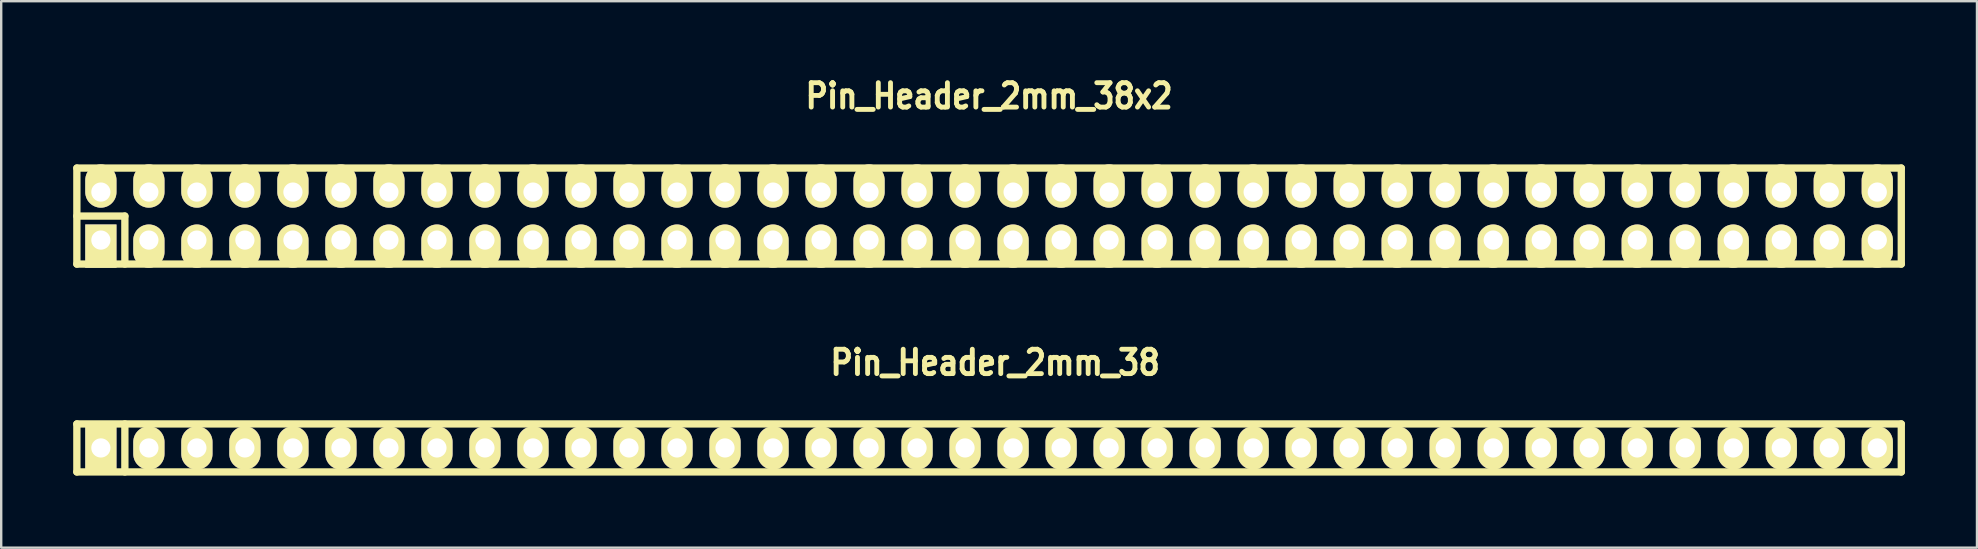
<source format=kicad_pcb>
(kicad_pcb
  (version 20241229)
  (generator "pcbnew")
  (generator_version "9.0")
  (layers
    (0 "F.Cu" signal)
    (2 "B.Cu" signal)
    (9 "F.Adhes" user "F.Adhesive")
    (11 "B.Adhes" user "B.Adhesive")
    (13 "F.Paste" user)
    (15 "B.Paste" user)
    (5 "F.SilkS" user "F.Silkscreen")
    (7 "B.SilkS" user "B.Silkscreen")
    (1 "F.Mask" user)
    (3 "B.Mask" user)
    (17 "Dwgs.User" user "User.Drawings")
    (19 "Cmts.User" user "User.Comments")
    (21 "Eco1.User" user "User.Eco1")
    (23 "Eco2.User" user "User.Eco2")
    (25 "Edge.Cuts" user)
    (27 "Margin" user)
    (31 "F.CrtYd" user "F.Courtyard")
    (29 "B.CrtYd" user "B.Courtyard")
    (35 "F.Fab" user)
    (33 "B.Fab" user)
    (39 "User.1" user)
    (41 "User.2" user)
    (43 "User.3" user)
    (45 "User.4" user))
  (footprint "Pin_Header_2mm_38x2"
    (layer "F.Cu")
    (at 38.152 5.951)
    (property "Reference" "Pin_Header_2mm_38x2" (at 0 -5 0) (layer "F.SilkS") (effects (font (size 1.016 0.889) (thickness 0.203))))
    (attr through_hole)
    (fp_line (start -38 -2) (end 38 -2) (stroke (width 0.305) (type solid)) (layer "F.SilkS"))
    (fp_line (start -38 0) (end -36 0) (stroke (width 0.305) (type solid)) (layer "F.SilkS"))
    (fp_line (start -38 2) (end -38 -2) (stroke (width 0.305) (type solid)) (layer "F.SilkS"))
    (fp_line (start -36 0) (end -36 2) (stroke (width 0.305) (type solid)) (layer "F.SilkS"))
    (fp_line (start 38 -2) (end 38 2) (stroke (width 0.305) (type solid)) (layer "F.SilkS"))
    (fp_line (start 38 2) (end -38 2) (stroke (width 0.305) (type solid)) (layer "F.SilkS"))
    (pad "1" thru_hole rect (at -37 1) (size 1.3 1.8) (drill 0.8 (offset 0 0.25)) (layers "*.Cu" "*.Mask" "F.SilkS"))
    (pad "2" thru_hole oval (at -37 -1) (size 1.3 1.8) (drill 0.8 (offset 0 -0.25)) (layers "*.Cu" "*.Mask" "F.SilkS"))
    (pad "3" thru_hole oval (at -35 1) (size 1.3 1.8) (drill 0.8 (offset 0 0.25)) (layers "*.Cu" "*.Mask" "F.SilkS"))
    (pad "4" thru_hole oval (at -35 -1) (size 1.3 1.8) (drill 0.8 (offset 0 -0.25)) (layers "*.Cu" "*.Mask" "F.SilkS"))
    (pad "5" thru_hole oval (at -33 1) (size 1.3 1.8) (drill 0.8 (offset 0 0.25)) (layers "*.Cu" "*.Mask" "F.SilkS"))
    (pad "6" thru_hole oval (at -33 -1) (size 1.3 1.8) (drill 0.8 (offset 0 -0.25)) (layers "*.Cu" "*.Mask" "F.SilkS"))
    (pad "7" thru_hole oval (at -31 1) (size 1.3 1.8) (drill 0.8 (offset 0 0.25)) (layers "*.Cu" "*.Mask" "F.SilkS"))
    (pad "8" thru_hole oval (at -31 -1) (size 1.3 1.8) (drill 0.8 (offset 0 -0.25)) (layers "*.Cu" "*.Mask" "F.SilkS"))
    (pad "9" thru_hole oval (at -29 1) (size 1.3 1.8) (drill 0.8 (offset 0 0.25)) (layers "*.Cu" "*.Mask" "F.SilkS"))
    (pad "10" thru_hole oval (at -29 -1) (size 1.3 1.8) (drill 0.8 (offset 0 -0.25)) (layers "*.Cu" "*.Mask" "F.SilkS"))
    (pad "11" thru_hole oval (at -27 1) (size 1.3 1.8) (drill 0.8 (offset 0 0.25)) (layers "*.Cu" "*.Mask" "F.SilkS"))
    (pad "12" thru_hole oval (at -27 -1) (size 1.3 1.8) (drill 0.8 (offset 0 -0.25)) (layers "*.Cu" "*.Mask" "F.SilkS"))
    (pad "13" thru_hole oval (at -25 1) (size 1.3 1.8) (drill 0.8 (offset 0 0.25)) (layers "*.Cu" "*.Mask" "F.SilkS"))
    (pad "14" thru_hole oval (at -25 -1) (size 1.3 1.8) (drill 0.8 (offset 0 -0.25)) (layers "*.Cu" "*.Mask" "F.SilkS"))
    (pad "15" thru_hole oval (at -23 1) (size 1.3 1.8) (drill 0.8 (offset 0 0.25)) (layers "*.Cu" "*.Mask" "F.SilkS"))
    (pad "16" thru_hole oval (at -23 -1) (size 1.3 1.8) (drill 0.8 (offset 0 -0.25)) (layers "*.Cu" "*.Mask" "F.SilkS"))
    (pad "17" thru_hole oval (at -21 1) (size 1.3 1.8) (drill 0.8 (offset 0 0.25)) (layers "*.Cu" "*.Mask" "F.SilkS"))
    (pad "18" thru_hole oval (at -21 -1) (size 1.3 1.8) (drill 0.8 (offset 0 -0.25)) (layers "*.Cu" "*.Mask" "F.SilkS"))
    (pad "19" thru_hole oval (at -19 1) (size 1.3 1.8) (drill 0.8 (offset 0 0.25)) (layers "*.Cu" "*.Mask" "F.SilkS"))
    (pad "20" thru_hole oval (at -19 -1) (size 1.3 1.8) (drill 0.8 (offset 0 -0.25)) (layers "*.Cu" "*.Mask" "F.SilkS"))
    (pad "21" thru_hole oval (at -17 1) (size 1.3 1.8) (drill 0.8 (offset 0 0.25)) (layers "*.Cu" "*.Mask" "F.SilkS"))
    (pad "22" thru_hole oval (at -17 -1) (size 1.3 1.8) (drill 0.8 (offset 0 -0.25)) (layers "*.Cu" "*.Mask" "F.SilkS"))
    (pad "23" thru_hole oval (at -15 1) (size 1.3 1.8) (drill 0.8 (offset 0 0.25)) (layers "*.Cu" "*.Mask" "F.SilkS"))
    (pad "24" thru_hole oval (at -15 -1) (size 1.3 1.8) (drill 0.8 (offset 0 -0.25)) (layers "*.Cu" "*.Mask" "F.SilkS"))
    (pad "25" thru_hole oval (at -13 1) (size 1.3 1.8) (drill 0.8 (offset 0 0.25)) (layers "*.Cu" "*.Mask" "F.SilkS"))
    (pad "26" thru_hole oval (at -13 -1) (size 1.3 1.8) (drill 0.8 (offset 0 -0.25)) (layers "*.Cu" "*.Mask" "F.SilkS"))
    (pad "27" thru_hole oval (at -11 1) (size 1.3 1.8) (drill 0.8 (offset 0 0.25)) (layers "*.Cu" "*.Mask" "F.SilkS"))
    (pad "28" thru_hole oval (at -11 -1) (size 1.3 1.8) (drill 0.8 (offset 0 -0.25)) (layers "*.Cu" "*.Mask" "F.SilkS"))
    (pad "29" thru_hole oval (at -9 1) (size 1.3 1.8) (drill 0.8 (offset 0 0.25)) (layers "*.Cu" "*.Mask" "F.SilkS"))
    (pad "30" thru_hole oval (at -9 -1) (size 1.3 1.8) (drill 0.8 (offset 0 -0.25)) (layers "*.Cu" "*.Mask" "F.SilkS"))
    (pad "31" thru_hole oval (at -7 1) (size 1.3 1.8) (drill 0.8 (offset 0 0.25)) (layers "*.Cu" "*.Mask" "F.SilkS"))
    (pad "32" thru_hole oval (at -7 -1) (size 1.3 1.8) (drill 0.8 (offset 0 -0.25)) (layers "*.Cu" "*.Mask" "F.SilkS"))
    (pad "33" thru_hole oval (at -5 1) (size 1.3 1.8) (drill 0.8 (offset 0 0.25)) (layers "*.Cu" "*.Mask" "F.SilkS"))
    (pad "34" thru_hole oval (at -5 -1) (size 1.3 1.8) (drill 0.8 (offset 0 -0.25)) (layers "*.Cu" "*.Mask" "F.SilkS"))
    (pad "35" thru_hole oval (at -3 1) (size 1.3 1.8) (drill 0.8 (offset 0 0.25)) (layers "*.Cu" "*.Mask" "F.SilkS"))
    (pad "36" thru_hole oval (at -3 -1) (size 1.3 1.8) (drill 0.8 (offset 0 -0.25)) (layers "*.Cu" "*.Mask" "F.SilkS"))
    (pad "37" thru_hole oval (at -1 1) (size 1.3 1.8) (drill 0.8 (offset 0 0.25)) (layers "*.Cu" "*.Mask" "F.SilkS"))
    (pad "38" thru_hole oval (at -1 -1) (size 1.3 1.8) (drill 0.8 (offset 0 -0.25)) (layers "*.Cu" "*.Mask" "F.SilkS"))
    (pad "39" thru_hole oval (at 1 1) (size 1.3 1.8) (drill 0.8 (offset 0 0.25)) (layers "*.Cu" "*.Mask" "F.SilkS"))
    (pad "40" thru_hole oval (at 1 -1) (size 1.3 1.8) (drill 0.8 (offset 0 -0.25)) (layers "*.Cu" "*.Mask" "F.SilkS"))
    (pad "41" thru_hole oval (at 3 1) (size 1.3 1.8) (drill 0.8 (offset 0 0.25)) (layers "*.Cu" "*.Mask" "F.SilkS"))
    (pad "42" thru_hole oval (at 3 -1) (size 1.3 1.8) (drill 0.8 (offset 0 -0.25)) (layers "*.Cu" "*.Mask" "F.SilkS"))
    (pad "43" thru_hole oval (at 5 1) (size 1.3 1.8) (drill 0.8 (offset 0 0.25)) (layers "*.Cu" "*.Mask" "F.SilkS"))
    (pad "44" thru_hole oval (at 5 -1) (size 1.3 1.8) (drill 0.8 (offset 0 -0.25)) (layers "*.Cu" "*.Mask" "F.SilkS"))
    (pad "45" thru_hole oval (at 7 1) (size 1.3 1.8) (drill 0.8 (offset 0 0.25)) (layers "*.Cu" "*.Mask" "F.SilkS"))
    (pad "46" thru_hole oval (at 7 -1) (size 1.3 1.8) (drill 0.8 (offset 0 -0.25)) (layers "*.Cu" "*.Mask" "F.SilkS"))
    (pad "47" thru_hole oval (at 9 1) (size 1.3 1.8) (drill 0.8 (offset 0 0.25)) (layers "*.Cu" "*.Mask" "F.SilkS"))
    (pad "48" thru_hole oval (at 9 -1) (size 1.3 1.8) (drill 0.8 (offset 0 -0.25)) (layers "*.Cu" "*.Mask" "F.SilkS"))
    (pad "49" thru_hole oval (at 11 1) (size 1.3 1.8) (drill 0.8 (offset 0 0.25)) (layers "*.Cu" "*.Mask" "F.SilkS"))
    (pad "50" thru_hole oval (at 11 -1) (size 1.3 1.8) (drill 0.8 (offset 0 -0.25)) (layers "*.Cu" "*.Mask" "F.SilkS"))
    (pad "51" thru_hole oval (at 13 1) (size 1.3 1.8) (drill 0.8 (offset 0 0.25)) (layers "*.Cu" "*.Mask" "F.SilkS"))
    (pad "52" thru_hole oval (at 13 -1) (size 1.3 1.8) (drill 0.8 (offset 0 -0.25)) (layers "*.Cu" "*.Mask" "F.SilkS"))
    (pad "53" thru_hole oval (at 15 1) (size 1.3 1.8) (drill 0.8 (offset 0 0.25)) (layers "*.Cu" "*.Mask" "F.SilkS"))
    (pad "54" thru_hole oval (at 15 -1) (size 1.3 1.8) (drill 0.8 (offset 0 -0.25)) (layers "*.Cu" "*.Mask" "F.SilkS"))
    (pad "55" thru_hole oval (at 17 1) (size 1.3 1.8) (drill 0.8 (offset 0 0.25)) (layers "*.Cu" "*.Mask" "F.SilkS"))
    (pad "56" thru_hole oval (at 17 -1) (size 1.3 1.8) (drill 0.8 (offset 0 -0.25)) (layers "*.Cu" "*.Mask" "F.SilkS"))
    (pad "57" thru_hole oval (at 19 1) (size 1.3 1.8) (drill 0.8 (offset 0 0.25)) (layers "*.Cu" "*.Mask" "F.SilkS"))
    (pad "58" thru_hole oval (at 19 -1) (size 1.3 1.8) (drill 0.8 (offset 0 -0.25)) (layers "*.Cu" "*.Mask" "F.SilkS"))
    (pad "59" thru_hole oval (at 21 1) (size 1.3 1.8) (drill 0.8 (offset 0 0.25)) (layers "*.Cu" "*.Mask" "F.SilkS"))
    (pad "60" thru_hole oval (at 21 -1) (size 1.3 1.8) (drill 0.8 (offset 0 -0.25)) (layers "*.Cu" "*.Mask" "F.SilkS"))
    (pad "61" thru_hole oval (at 23 1) (size 1.3 1.8) (drill 0.8 (offset 0 0.25)) (layers "*.Cu" "*.Mask" "F.SilkS"))
    (pad "62" thru_hole oval (at 23 -1) (size 1.3 1.8) (drill 0.8 (offset 0 -0.25)) (layers "*.Cu" "*.Mask" "F.SilkS"))
    (pad "63" thru_hole oval (at 25 1) (size 1.3 1.8) (drill 0.8 (offset 0 0.25)) (layers "*.Cu" "*.Mask" "F.SilkS"))
    (pad "64" thru_hole oval (at 25 -1) (size 1.3 1.8) (drill 0.8 (offset 0 -0.25)) (layers "*.Cu" "*.Mask" "F.SilkS"))
    (pad "65" thru_hole oval (at 27 1) (size 1.3 1.8) (drill 0.8 (offset 0 0.25)) (layers "*.Cu" "*.Mask" "F.SilkS"))
    (pad "66" thru_hole oval (at 27 -1) (size 1.3 1.8) (drill 0.8 (offset 0 -0.25)) (layers "*.Cu" "*.Mask" "F.SilkS"))
    (pad "67" thru_hole oval (at 29 1) (size 1.3 1.8) (drill 0.8 (offset 0 0.25)) (layers "*.Cu" "*.Mask" "F.SilkS"))
    (pad "68" thru_hole oval (at 29 -1) (size 1.3 1.8) (drill 0.8 (offset 0 -0.25)) (layers "*.Cu" "*.Mask" "F.SilkS"))
    (pad "69" thru_hole oval (at 31 1) (size 1.3 1.8) (drill 0.8 (offset 0 0.25)) (layers "*.Cu" "*.Mask" "F.SilkS"))
    (pad "70" thru_hole oval (at 31 -1) (size 1.3 1.8) (drill 0.8 (offset 0 -0.25)) (layers "*.Cu" "*.Mask" "F.SilkS"))
    (pad "71" thru_hole oval (at 33 1) (size 1.3 1.8) (drill 0.8 (offset 0 0.25)) (layers "*.Cu" "*.Mask" "F.SilkS"))
    (pad "72" thru_hole oval (at 33 -1) (size 1.3 1.8) (drill 0.8 (offset 0 -0.25)) (layers "*.Cu" "*.Mask" "F.SilkS"))
    (pad "73" thru_hole oval (at 35 1) (size 1.3 1.8) (drill 0.8 (offset 0 0.25)) (layers "*.Cu" "*.Mask" "F.SilkS"))
    (pad "74" thru_hole oval (at 35 -1) (size 1.3 1.8) (drill 0.8 (offset 0 -0.25)) (layers "*.Cu" "*.Mask" "F.SilkS"))
    (pad "75" thru_hole oval (at 37 1) (size 1.3 1.8) (drill 0.8 (offset 0 0.25)) (layers "*.Cu" "*.Mask" "F.SilkS"))
    (pad "76" thru_hole oval (at 37 -1) (size 1.3 1.8) (drill 0.8 (offset 0 -0.25)) (layers "*.Cu" "*.Mask" "F.SilkS")))
  (footprint "Pin_Header_2mm_38"
    (layer "F.Cu")
    (at 38.152 15.61)
    (property "Reference" "Pin_Header_2mm_38" (at 0.254 -3.556 0) (layer "F.SilkS") (effects (font (size 1.016 0.889) (thickness 0.203))))
    (attr through_hole)
    (fp_line (start -38 -1) (end 38 -1) (stroke (width 0.305) (type solid)) (layer "F.SilkS"))
    (fp_line (start -38 1) (end -38 -1) (stroke (width 0.305) (type solid)) (layer "F.SilkS"))
    (fp_line (start -36 -1) (end -36 1) (stroke (width 0.305) (type solid)) (layer "F.SilkS"))
    (fp_line (start 38 -1) (end 38 1) (stroke (width 0.305) (type solid)) (layer "F.SilkS"))
    (fp_line (start 38 1) (end -38 1) (stroke (width 0.305) (type solid)) (layer "F.SilkS"))
    (pad "1" thru_hole rect (at -37 0) (size 1.3 1.8) (drill 0.8) (layers "*.Cu" "*.Mask" "F.SilkS"))
    (pad "2" thru_hole oval (at -35 0) (size 1.3 1.8) (drill 0.8) (layers "*.Cu" "*.Mask" "F.SilkS"))
    (pad "3" thru_hole oval (at -33 0) (size 1.3 1.8) (drill 0.8) (layers "*.Cu" "*.Mask" "F.SilkS"))
    (pad "4" thru_hole oval (at -31 0) (size 1.3 1.8) (drill 0.8) (layers "*.Cu" "*.Mask" "F.SilkS"))
    (pad "5" thru_hole oval (at -29 0) (size 1.3 1.8) (drill 0.8) (layers "*.Cu" "*.Mask" "F.SilkS"))
    (pad "6" thru_hole oval (at -27 0) (size 1.3 1.8) (drill 0.8) (layers "*.Cu" "*.Mask" "F.SilkS"))
    (pad "7" thru_hole oval (at -25 0) (size 1.3 1.8) (drill 0.8) (layers "*.Cu" "*.Mask" "F.SilkS"))
    (pad "8" thru_hole oval (at -23 0) (size 1.3 1.8) (drill 0.8) (layers "*.Cu" "*.Mask" "F.SilkS"))
    (pad "9" thru_hole oval (at -21 0) (size 1.3 1.8) (drill 0.8) (layers "*.Cu" "*.Mask" "F.SilkS"))
    (pad "10" thru_hole oval (at -19 0) (size 1.3 1.8) (drill 0.8) (layers "*.Cu" "*.Mask" "F.SilkS"))
    (pad "11" thru_hole oval (at -17 0) (size 1.3 1.8) (drill 0.8) (layers "*.Cu" "*.Mask" "F.SilkS"))
    (pad "12" thru_hole oval (at -15 0) (size 1.3 1.8) (drill 0.8) (layers "*.Cu" "*.Mask" "F.SilkS"))
    (pad "13" thru_hole oval (at -13 0) (size 1.3 1.8) (drill 0.8) (layers "*.Cu" "*.Mask" "F.SilkS"))
    (pad "14" thru_hole oval (at -11 0) (size 1.3 1.8) (drill 0.8) (layers "*.Cu" "*.Mask" "F.SilkS"))
    (pad "15" thru_hole oval (at -9 0) (size 1.3 1.8) (drill 0.8) (layers "*.Cu" "*.Mask" "F.SilkS"))
    (pad "16" thru_hole oval (at -7 0) (size 1.3 1.8) (drill 0.8) (layers "*.Cu" "*.Mask" "F.SilkS"))
    (pad "17" thru_hole oval (at -5 0) (size 1.3 1.8) (drill 0.8) (layers "*.Cu" "*.Mask" "F.SilkS"))
    (pad "18" thru_hole oval (at -3 0) (size 1.3 1.8) (drill 0.8) (layers "*.Cu" "*.Mask" "F.SilkS"))
    (pad "19" thru_hole oval (at -1 0) (size 1.3 1.8) (drill 0.8) (layers "*.Cu" "*.Mask" "F.SilkS"))
    (pad "20" thru_hole oval (at 1 0) (size 1.3 1.8) (drill 0.8) (layers "*.Cu" "*.Mask" "F.SilkS"))
    (pad "21" thru_hole oval (at 3 0) (size 1.3 1.8) (drill 0.8) (layers "*.Cu" "*.Mask" "F.SilkS"))
    (pad "22" thru_hole oval (at 5 0) (size 1.3 1.8) (drill 0.8) (layers "*.Cu" "*.Mask" "F.SilkS"))
    (pad "23" thru_hole oval (at 7 0) (size 1.3 1.8) (drill 0.8) (layers "*.Cu" "*.Mask" "F.SilkS"))
    (pad "24" thru_hole oval (at 9 0) (size 1.3 1.8) (drill 0.8) (layers "*.Cu" "*.Mask" "F.SilkS"))
    (pad "25" thru_hole oval (at 11 0) (size 1.3 1.8) (drill 0.8) (layers "*.Cu" "*.Mask" "F.SilkS"))
    (pad "26" thru_hole oval (at 13 0) (size 1.3 1.8) (drill 0.8) (layers "*.Cu" "*.Mask" "F.SilkS"))
    (pad "27" thru_hole oval (at 15 0) (size 1.3 1.8) (drill 0.8) (layers "*.Cu" "*.Mask" "F.SilkS"))
    (pad "28" thru_hole oval (at 17 0) (size 1.3 1.8) (drill 0.8) (layers "*.Cu" "*.Mask" "F.SilkS"))
    (pad "29" thru_hole oval (at 19 0) (size 1.3 1.8) (drill 0.8) (layers "*.Cu" "*.Mask" "F.SilkS"))
    (pad "30" thru_hole oval (at 21 0) (size 1.3 1.8) (drill 0.8) (layers "*.Cu" "*.Mask" "F.SilkS"))
    (pad "31" thru_hole oval (at 23 0) (size 1.3 1.8) (drill 0.8) (layers "*.Cu" "*.Mask" "F.SilkS"))
    (pad "32" thru_hole oval (at 25 0) (size 1.3 1.8) (drill 0.8) (layers "*.Cu" "*.Mask" "F.SilkS"))
    (pad "33" thru_hole oval (at 27 0) (size 1.3 1.8) (drill 0.8) (layers "*.Cu" "*.Mask" "F.SilkS"))
    (pad "34" thru_hole oval (at 29 0) (size 1.3 1.8) (drill 0.8) (layers "*.Cu" "*.Mask" "F.SilkS"))
    (pad "35" thru_hole oval (at 31 0) (size 1.3 1.8) (drill 0.8) (layers "*.Cu" "*.Mask" "F.SilkS"))
    (pad "36" thru_hole oval (at 33 0) (size 1.3 1.8) (drill 0.8) (layers "*.Cu" "*.Mask" "F.SilkS"))
    (pad "37" thru_hole oval (at 35 0) (size 1.3 1.8) (drill 0.8) (layers "*.Cu" "*.Mask" "F.SilkS"))
    (pad "38" thru_hole oval (at 37 0) (size 1.3 1.8) (drill 0.8) (layers "*.Cu" "*.Mask" "F.SilkS")))
  (gr_rect
    (start -3 -3)
    (end 79.305 19.763)
    (stroke (width 0.1) (type default))
    (fill no)
    (layer "Edge.Cuts")))
</source>
